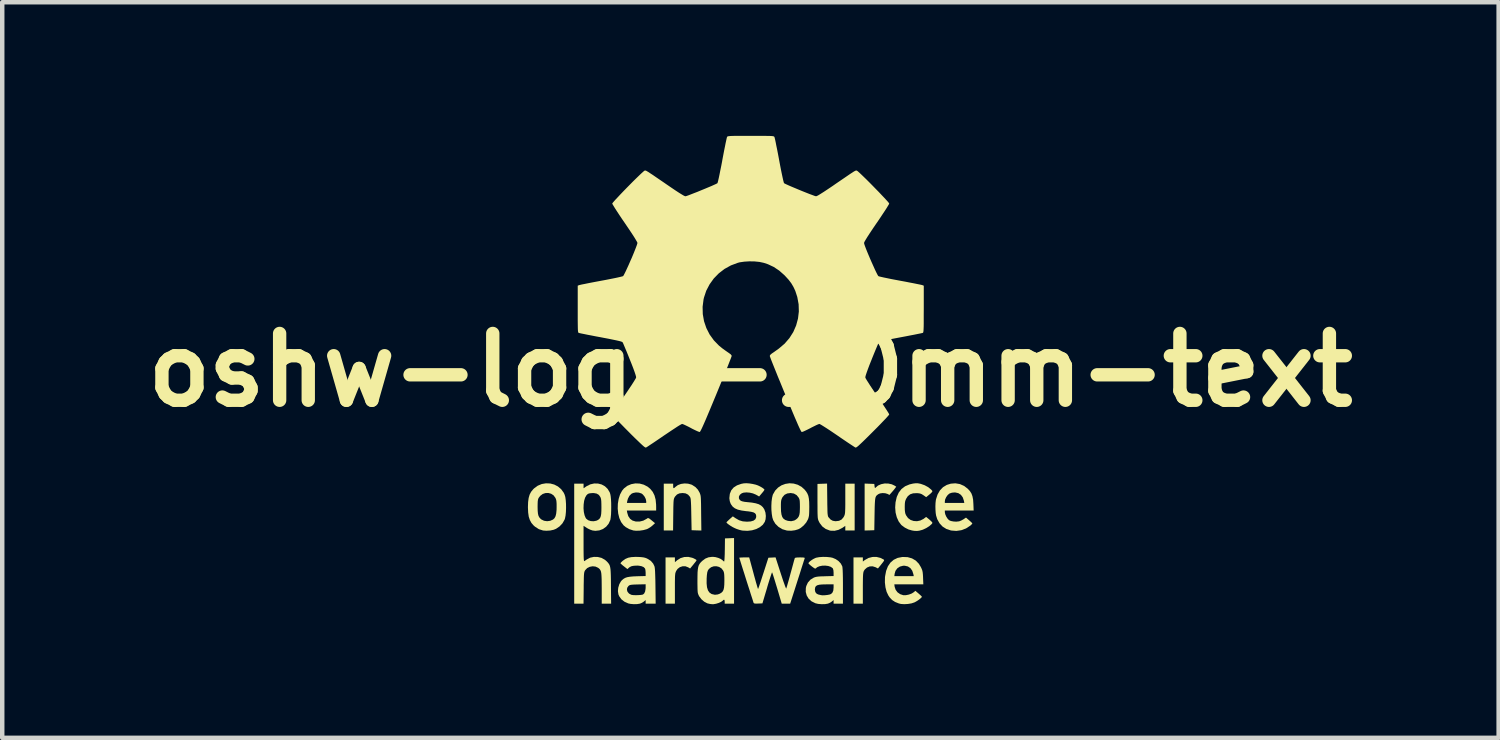
<source format=kicad_pcb>
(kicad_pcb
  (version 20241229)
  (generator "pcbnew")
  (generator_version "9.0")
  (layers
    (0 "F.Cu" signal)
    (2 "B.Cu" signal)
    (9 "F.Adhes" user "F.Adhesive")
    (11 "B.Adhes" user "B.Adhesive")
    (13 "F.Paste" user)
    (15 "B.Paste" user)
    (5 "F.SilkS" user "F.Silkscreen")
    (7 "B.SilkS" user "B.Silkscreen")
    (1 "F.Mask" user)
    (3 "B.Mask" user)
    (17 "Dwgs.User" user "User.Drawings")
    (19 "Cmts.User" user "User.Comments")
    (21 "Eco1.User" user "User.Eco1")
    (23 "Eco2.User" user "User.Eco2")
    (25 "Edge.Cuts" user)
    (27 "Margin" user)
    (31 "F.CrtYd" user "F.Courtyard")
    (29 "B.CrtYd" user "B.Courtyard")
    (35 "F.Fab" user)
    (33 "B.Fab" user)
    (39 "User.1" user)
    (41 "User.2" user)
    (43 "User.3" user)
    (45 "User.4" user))
  (footprint "oshw-logo-10mm-text"
    (layer "F.Cu")
    (at 13.8 5.259)
    (property "Reference" "oshw-logo-10mm-text" (at 0 0 0) (layer "F.SilkS") (effects (font (size 1.5 1.5) (thickness 0.3))))
    (attr board_only exclude_from_pos_files exclude_from_bom)
    (fp_poly (pts (xy 2.92 4.218) (xy 2.996 4.257) (xy 3.002 4.268) (xy 2.996 4.286) (xy 2.976 4.315) (xy 2.94 4.36) (xy 2.939 4.362) (xy 2.863 4.455) (xy 2.811 4.428) (xy 2.745 4.407) (xy 2.679 4.409) (xy 2.618 4.434) (xy 2.568 4.478) (xy 2.547 4.51) (xy 2.54 4.527) (xy 2.535 4.548) (xy 2.531 4.576) (xy 2.528 4.615) (xy 2.526 4.669) (xy 2.525 4.74) (xy 2.524 4.832) (xy 2.524 4.901) (xy 2.524 5.246) (xy 2.419 5.246) (xy 2.314 5.246) (xy 2.314 4.726) (xy 2.314 4.207) (xy 2.419 4.207) (xy 2.524 4.207) (xy 2.524 4.254) (xy 2.524 4.3) (xy 2.57 4.265) (xy 2.65 4.22) (xy 2.739 4.197) (xy 2.831 4.196)) (stroke (width 0) (type solid)) (fill yes) (layer "F.SilkS"))
    (fp_poly (pts (xy -1.307 4.215) (xy -1.279 4.226) (xy -1.241 4.245) (xy -1.216 4.261) (xy -1.21 4.269) (xy -1.217 4.284) (xy -1.238 4.313) (xy -1.269 4.351) (xy -1.282 4.368) (xy -1.355 4.456) (xy -1.397 4.43) (xy -1.459 4.406) (xy -1.524 4.406) (xy -1.585 4.426) (xy -1.637 4.466) (xy -1.666 4.509) (xy -1.675 4.528) (xy -1.682 4.547) (xy -1.688 4.57) (xy -1.691 4.6) (xy -1.694 4.64) (xy -1.695 4.695) (xy -1.696 4.768) (xy -1.696 4.862) (xy -1.696 4.907) (xy -1.696 5.246) (xy -1.801 5.246) (xy -1.906 5.246) (xy -1.906 4.726) (xy -1.906 4.207) (xy -1.801 4.207) (xy -1.696 4.207) (xy -1.696 4.261) (xy -1.696 4.314) (xy -1.643 4.269) (xy -1.57 4.223) (xy -1.485 4.198) (xy -1.396 4.195)) (stroke (width 0) (type solid)) (fill yes) (layer "F.SilkS"))
    (fp_poly (pts (xy 3.094 2.548) (xy 3.173 2.565) (xy 3.231 2.592) (xy 3.274 2.619) (xy 3.248 2.654) (xy 3.225 2.684) (xy 3.193 2.722) (xy 3.172 2.746) (xy 3.121 2.804) (xy 3.08 2.782) (xy 3.027 2.766) (xy 2.967 2.762) (xy 2.91 2.77) (xy 2.875 2.785) (xy 2.852 2.801) (xy 2.834 2.816) (xy 2.82 2.834) (xy 2.809 2.859) (xy 2.802 2.892) (xy 2.797 2.937) (xy 2.793 2.998) (xy 2.79 3.077) (xy 2.788 3.179) (xy 2.787 3.234) (xy 2.781 3.596) (xy 2.672 3.6) (xy 2.564 3.603) (xy 2.564 3.076) (xy 2.564 2.549) (xy 2.672 2.553) (xy 2.781 2.557) (xy 2.787 2.609) (xy 2.792 2.64) (xy 2.799 2.649) (xy 2.81 2.64) (xy 2.812 2.638) (xy 2.865 2.593) (xy 2.934 2.563) (xy 3.012 2.547)) (stroke (width 0) (type solid)) (fill yes) (layer "F.SilkS"))
    (fp_poly (pts (xy 1.725 2.911) (xy 1.726 3.018) (xy 1.728 3.102) (xy 1.729 3.166) (xy 1.731 3.214) (xy 1.735 3.248) (xy 1.739 3.272) (xy 1.744 3.289) (xy 1.751 3.302) (xy 1.756 3.308) (xy 1.8 3.357) (xy 1.848 3.384) (xy 1.907 3.394) (xy 1.917 3.394) (xy 1.99 3.385) (xy 2.047 3.356) (xy 2.09 3.305) (xy 2.1 3.287) (xy 2.109 3.268) (xy 2.116 3.249) (xy 2.121 3.226) (xy 2.125 3.197) (xy 2.127 3.156) (xy 2.129 3.101) (xy 2.13 3.029) (xy 2.13 2.935) (xy 2.13 2.89) (xy 2.13 2.551) (xy 2.235 2.551) (xy 2.34 2.551) (xy 2.34 3.076) (xy 2.34 3.602) (xy 2.235 3.602) (xy 2.13 3.602) (xy 2.13 3.551) (xy 2.13 3.499) (xy 2.065 3.543) (xy 1.978 3.588) (xy 1.889 3.609) (xy 1.802 3.607) (xy 1.781 3.603) (xy 1.69 3.568) (xy 1.614 3.512) (xy 1.555 3.435) (xy 1.536 3.398) (xy 1.527 3.379) (xy 1.52 3.359) (xy 1.515 3.337) (xy 1.511 3.309) (xy 1.509 3.271) (xy 1.507 3.22) (xy 1.506 3.153) (xy 1.506 3.067) (xy 1.505 2.958) (xy 1.505 2.945) (xy 1.505 2.557) (xy 1.613 2.553) (xy 1.721 2.549)) (stroke (width 0) (type solid)) (fill yes) (layer "F.SilkS"))
    (fp_poly (pts (xy -1.4 2.551) (xy -1.325 2.572) (xy -1.308 2.58) (xy -1.235 2.627) (xy -1.18 2.686) (xy -1.141 2.754) (xy -1.133 2.774) (xy -1.126 2.794) (xy -1.12 2.817) (xy -1.116 2.846) (xy -1.113 2.886) (xy -1.111 2.938) (xy -1.109 3.007) (xy -1.108 3.095) (xy -1.107 3.206) (xy -1.107 3.212) (xy -1.102 3.603) (xy -1.212 3.6) (xy -1.321 3.596) (xy -1.328 3.241) (xy -1.33 3.133) (xy -1.332 3.049) (xy -1.335 2.984) (xy -1.338 2.936) (xy -1.341 2.901) (xy -1.346 2.876) (xy -1.352 2.858) (xy -1.359 2.845) (xy -1.401 2.797) (xy -1.456 2.769) (xy -1.524 2.761) (xy -1.595 2.769) (xy -1.649 2.794) (xy -1.692 2.84) (xy -1.698 2.849) (xy -1.707 2.865) (xy -1.714 2.881) (xy -1.72 2.901) (xy -1.724 2.928) (xy -1.727 2.965) (xy -1.729 3.016) (xy -1.731 3.085) (xy -1.732 3.174) (xy -1.733 3.251) (xy -1.737 3.602) (xy -1.842 3.602) (xy -1.946 3.602) (xy -1.946 3.076) (xy -1.946 2.551) (xy -1.841 2.551) (xy -1.735 2.551) (xy -1.735 2.603) (xy -1.733 2.641) (xy -1.723 2.653) (xy -1.703 2.642) (xy -1.683 2.623) (xy -1.629 2.583) (xy -1.559 2.557) (xy -1.48 2.546)) (stroke (width 0) (type solid)) (fill yes) (layer "F.SilkS"))
    (fp_poly (pts (xy -2.487 2.549) (xy -2.394 2.574) (xy -2.308 2.619) (xy -2.25 2.667) (xy -2.194 2.735) (xy -2.154 2.815) (xy -2.129 2.909) (xy -2.118 3.022) (xy -2.117 3.073) (xy -2.117 3.155) (xy -2.446 3.155) (xy -2.775 3.155) (xy -2.766 3.205) (xy -2.743 3.28) (xy -2.702 3.34) (xy -2.649 3.379) (xy -2.572 3.402) (xy -2.489 3.402) (xy -2.405 3.381) (xy -2.326 3.338) (xy -2.32 3.333) (xy -2.305 3.324) (xy -2.289 3.325) (xy -2.268 3.336) (xy -2.235 3.362) (xy -2.218 3.376) (xy -2.142 3.438) (xy -2.202 3.493) (xy -2.248 3.529) (xy -2.301 3.561) (xy -2.331 3.574) (xy -2.405 3.594) (xy -2.488 3.606) (xy -2.569 3.608) (xy -2.628 3.602) (xy -2.718 3.573) (xy -2.8 3.527) (xy -2.849 3.486) (xy -2.904 3.413) (xy -2.944 3.323) (xy -2.969 3.221) (xy -2.98 3.112) (xy -2.977 3.002) (xy -2.974 2.984) (xy -2.773 2.984) (xy -2.557 2.984) (xy -2.34 2.984) (xy -2.34 2.947) (xy -2.35 2.896) (xy -2.377 2.842) (xy -2.414 2.796) (xy -2.445 2.772) (xy -2.506 2.752) (xy -2.573 2.748) (xy -2.636 2.761) (xy -2.67 2.777) (xy -2.717 2.823) (xy -2.751 2.888) (xy -2.766 2.942) (xy -2.773 2.984) (xy -2.974 2.984) (xy -2.959 2.894) (xy -2.928 2.795) (xy -2.882 2.709) (xy -2.839 2.657) (xy -2.763 2.599) (xy -2.676 2.562) (xy -2.583 2.545)) (stroke (width 0) (type solid)) (fill yes) (layer "F.SilkS"))
    (fp_poly (pts (xy 3.53 4.201) (xy 3.628 4.229) (xy 3.712 4.278) (xy 3.781 4.349) (xy 3.827 4.425) (xy 3.846 4.466) (xy 3.859 4.501) (xy 3.867 4.539) (xy 3.872 4.586) (xy 3.876 4.651) (xy 3.876 4.662) (xy 3.882 4.812) (xy 3.556 4.812) (xy 3.231 4.812) (xy 3.238 4.867) (xy 3.26 4.933) (xy 3.302 4.99) (xy 3.362 5.032) (xy 3.431 5.055) (xy 3.49 5.055) (xy 3.556 5.042) (xy 3.62 5.018) (xy 3.665 4.99) (xy 3.704 4.957) (xy 3.775 5.018) (xy 3.81 5.049) (xy 3.837 5.074) (xy 3.849 5.087) (xy 3.849 5.088) (xy 3.843 5.104) (xy 3.818 5.128) (xy 3.782 5.157) (xy 3.739 5.186) (xy 3.695 5.211) (xy 3.682 5.217) (xy 3.616 5.239) (xy 3.537 5.252) (xy 3.455 5.257) (xy 3.379 5.252) (xy 3.333 5.241) (xy 3.248 5.207) (xy 3.182 5.164) (xy 3.128 5.107) (xy 3.097 5.062) (xy 3.058 4.98) (xy 3.032 4.88) (xy 3.019 4.769) (xy 3.021 4.652) (xy 3.024 4.629) (xy 3.024 4.628) (xy 3.231 4.628) (xy 3.449 4.628) (xy 3.667 4.628) (xy 3.659 4.585) (xy 3.634 4.507) (xy 3.592 4.448) (xy 3.536 4.41) (xy 3.467 4.394) (xy 3.428 4.394) (xy 3.356 4.413) (xy 3.298 4.452) (xy 3.257 4.508) (xy 3.238 4.573) (xy 3.231 4.628) (xy 3.024 4.628) (xy 3.047 4.509) (xy 3.087 4.406) (xy 3.144 4.323) (xy 3.217 4.26) (xy 3.305 4.218) (xy 3.407 4.198) (xy 3.42 4.197)) (stroke (width 0) (type solid)) (fill yes) (layer "F.SilkS"))
    (fp_poly (pts (xy 3.755 2.542) (xy 3.805 2.551) (xy 3.826 2.556) (xy 3.911 2.586) (xy 3.992 2.63) (xy 4.056 2.682) (xy 4.062 2.688) (xy 4.082 2.711) (xy 4.085 2.726) (xy 4.072 2.745) (xy 4.068 2.749) (xy 4.042 2.775) (xy 4.006 2.805) (xy 3.994 2.815) (xy 3.946 2.854) (xy 3.885 2.811) (xy 3.845 2.786) (xy 3.808 2.772) (xy 3.76 2.765) (xy 3.737 2.764) (xy 3.652 2.768) (xy 3.586 2.79) (xy 3.533 2.833) (xy 3.498 2.887) (xy 3.482 2.922) (xy 3.472 2.957) (xy 3.467 3) (xy 3.465 3.058) (xy 3.465 3.076) (xy 3.466 3.141) (xy 3.471 3.188) (xy 3.479 3.225) (xy 3.494 3.26) (xy 3.496 3.263) (xy 3.538 3.323) (xy 3.597 3.366) (xy 3.665 3.389) (xy 3.74 3.394) (xy 3.816 3.378) (xy 3.887 3.342) (xy 3.897 3.334) (xy 3.945 3.298) (xy 3.994 3.337) (xy 4.029 3.367) (xy 4.06 3.396) (xy 4.068 3.404) (xy 4.085 3.425) (xy 4.083 3.44) (xy 4.068 3.459) (xy 4.016 3.505) (xy 3.948 3.548) (xy 3.874 3.583) (xy 3.849 3.591) (xy 3.789 3.607) (xy 3.736 3.613) (xy 3.678 3.61) (xy 3.628 3.602) (xy 3.548 3.579) (xy 3.467 3.538) (xy 3.398 3.487) (xy 3.384 3.474) (xy 3.328 3.399) (xy 3.286 3.306) (xy 3.259 3.2) (xy 3.25 3.085) (xy 3.258 2.97) (xy 3.285 2.851) (xy 3.33 2.751) (xy 3.392 2.671) (xy 3.472 2.61) (xy 3.571 2.568) (xy 3.651 2.549) (xy 3.708 2.542)) (stroke (width 0) (type solid)) (fill yes) (layer "F.SilkS"))
    (fp_poly (pts (xy 4.703 2.56) (xy 4.797 2.602) (xy 4.876 2.662) (xy 4.926 2.715) (xy 4.962 2.771) (xy 4.985 2.834) (xy 5 2.912) (xy 5.006 3.007) (xy 5.012 3.155) (xy 4.688 3.155) (xy 4.365 3.155) (xy 4.365 3.192) (xy 4.374 3.237) (xy 4.396 3.289) (xy 4.427 3.337) (xy 4.46 3.371) (xy 4.501 3.389) (xy 4.558 3.4) (xy 4.62 3.404) (xy 4.677 3.398) (xy 4.698 3.393) (xy 4.74 3.375) (xy 4.785 3.35) (xy 4.792 3.345) (xy 4.84 3.313) (xy 4.911 3.374) (xy 4.946 3.405) (xy 4.972 3.43) (xy 4.983 3.445) (xy 4.983 3.445) (xy 4.973 3.459) (xy 4.95 3.482) (xy 4.936 3.494) (xy 4.841 3.556) (xy 4.735 3.596) (xy 4.623 3.612) (xy 4.509 3.603) (xy 4.503 3.602) (xy 4.401 3.569) (xy 4.315 3.515) (xy 4.247 3.442) (xy 4.195 3.35) (xy 4.169 3.268) (xy 4.16 3.212) (xy 4.155 3.14) (xy 4.153 3.061) (xy 4.156 2.985) (xy 4.156 2.984) (xy 4.365 2.984) (xy 4.583 2.984) (xy 4.802 2.984) (xy 4.793 2.935) (xy 4.768 2.859) (xy 4.726 2.802) (xy 4.668 2.764) (xy 4.597 2.748) (xy 4.583 2.748) (xy 4.523 2.754) (xy 4.472 2.771) (xy 4.47 2.772) (xy 4.43 2.805) (xy 4.395 2.854) (xy 4.371 2.908) (xy 4.365 2.947) (xy 4.365 2.984) (xy 4.156 2.984) (xy 4.163 2.922) (xy 4.166 2.905) (xy 4.202 2.794) (xy 4.255 2.702) (xy 4.324 2.63) (xy 4.409 2.579) (xy 4.499 2.551) (xy 4.602 2.543)) (stroke (width 0) (type solid)) (fill yes) (layer "F.SilkS"))
    (fp_poly (pts (xy -4.496 2.547) (xy -4.405 2.571) (xy -4.322 2.614) (xy -4.25 2.675) (xy -4.192 2.755) (xy -4.173 2.796) (xy -4.157 2.849) (xy -4.147 2.922) (xy -4.141 3.006) (xy -4.14 3.097) (xy -4.143 3.185) (xy -4.151 3.266) (xy -4.164 3.331) (xy -4.173 3.358) (xy -4.22 3.441) (xy -4.286 3.511) (xy -4.364 3.564) (xy -4.417 3.586) (xy -4.496 3.603) (xy -4.581 3.608) (xy -4.655 3.603) (xy -4.75 3.573) (xy -4.836 3.518) (xy -4.869 3.489) (xy -4.918 3.432) (xy -4.953 3.367) (xy -4.978 3.291) (xy -4.991 3.198) (xy -4.996 3.085) (xy -4.996 3.076) (xy -4.779 3.076) (xy -4.777 3.161) (xy -4.771 3.225) (xy -4.759 3.273) (xy -4.74 3.309) (xy -4.712 3.34) (xy -4.692 3.356) (xy -4.634 3.384) (xy -4.565 3.394) (xy -4.496 3.385) (xy -4.433 3.357) (xy -4.433 3.357) (xy -4.4 3.327) (xy -4.376 3.282) (xy -4.361 3.22) (xy -4.353 3.137) (xy -4.352 3.076) (xy -4.352 3.007) (xy -4.355 2.958) (xy -4.36 2.922) (xy -4.369 2.892) (xy -4.381 2.867) (xy -4.422 2.812) (xy -4.476 2.777) (xy -4.538 2.76) (xy -4.603 2.762) (xy -4.665 2.783) (xy -4.719 2.824) (xy -4.752 2.866) (xy -4.764 2.889) (xy -4.771 2.915) (xy -4.776 2.95) (xy -4.778 2.999) (xy -4.779 3.069) (xy -4.779 3.076) (xy -4.996 3.076) (xy -4.992 2.964) (xy -4.98 2.873) (xy -4.958 2.797) (xy -4.925 2.734) (xy -4.878 2.677) (xy -4.859 2.658) (xy -4.776 2.597) (xy -4.685 2.559) (xy -4.591 2.543)) (stroke (width 0) (type solid)) (fill yes) (layer "F.SilkS"))
    (fp_poly (pts (xy 0.971 2.549) (xy 1.062 2.575) (xy 1.147 2.622) (xy 1.215 2.683) (xy 1.252 2.729) (xy 1.28 2.775) (xy 1.3 2.825) (xy 1.312 2.885) (xy 1.319 2.96) (xy 1.321 3.055) (xy 1.321 3.083) (xy 1.32 3.163) (xy 1.318 3.222) (xy 1.315 3.266) (xy 1.308 3.301) (xy 1.299 3.333) (xy 1.291 3.354) (xy 1.252 3.424) (xy 1.195 3.49) (xy 1.129 3.545) (xy 1.074 3.575) (xy 1.001 3.597) (xy 0.917 3.608) (xy 0.833 3.605) (xy 0.812 3.602) (xy 0.715 3.573) (xy 0.63 3.521) (xy 0.559 3.451) (xy 0.511 3.37) (xy 0.492 3.31) (xy 0.479 3.231) (xy 0.471 3.141) (xy 0.47 3.076) (xy 0.684 3.076) (xy 0.687 3.172) (xy 0.697 3.245) (xy 0.715 3.3) (xy 0.743 3.339) (xy 0.784 3.367) (xy 0.838 3.385) (xy 0.838 3.386) (xy 0.915 3.394) (xy 0.985 3.378) (xy 1.024 3.355) (xy 1.058 3.326) (xy 1.082 3.293) (xy 1.098 3.252) (xy 1.107 3.198) (xy 1.11 3.125) (xy 1.111 3.076) (xy 1.11 3.005) (xy 1.108 2.954) (xy 1.104 2.918) (xy 1.096 2.891) (xy 1.085 2.868) (xy 1.084 2.866) (xy 1.037 2.808) (xy 0.976 2.773) (xy 0.903 2.761) (xy 0.902 2.761) (xy 0.826 2.771) (xy 0.766 2.801) (xy 0.722 2.851) (xy 0.713 2.867) (xy 0.7 2.896) (xy 0.691 2.925) (xy 0.686 2.963) (xy 0.684 3.014) (xy 0.684 3.076) (xy 0.47 3.076) (xy 0.47 3.046) (xy 0.474 2.954) (xy 0.485 2.871) (xy 0.501 2.804) (xy 0.506 2.792) (xy 0.555 2.707) (xy 0.62 2.639) (xy 0.698 2.588) (xy 0.785 2.556) (xy 0.877 2.542)) (stroke (width 0) (type solid)) (fill yes) (layer "F.SilkS"))
    (fp_poly (pts (xy -0.368 4.509) (xy -0.368 5.246) (xy -0.473 5.246) (xy -0.578 5.246) (xy -0.578 5.2) (xy -0.582 5.165) (xy -0.594 5.155) (xy -0.615 5.17) (xy -0.624 5.18) (xy -0.659 5.205) (xy -0.71 5.228) (xy -0.77 5.247) (xy -0.828 5.257) (xy -0.852 5.258) (xy -0.904 5.253) (xy -0.956 5.241) (xy -0.968 5.238) (xy -1.038 5.201) (xy -1.101 5.146) (xy -1.151 5.08) (xy -1.159 5.065) (xy -1.169 5.042) (xy -1.177 5.02) (xy -1.183 4.995) (xy -1.186 4.961) (xy -1.188 4.916) (xy -1.189 4.854) (xy -1.19 4.79) (xy -0.984 4.79) (xy -0.975 4.878) (xy -0.954 4.946) (xy -0.922 4.994) (xy -0.878 5.025) (xy -0.865 5.031) (xy -0.797 5.046) (xy -0.732 5.038) (xy -0.689 5.022) (xy -0.651 4.999) (xy -0.624 4.972) (xy -0.605 4.936) (xy -0.593 4.886) (xy -0.587 4.819) (xy -0.585 4.73) (xy -0.585 4.726) (xy -0.586 4.653) (xy -0.588 4.6) (xy -0.592 4.562) (xy -0.599 4.532) (xy -0.61 4.507) (xy -0.612 4.503) (xy -0.651 4.453) (xy -0.704 4.42) (xy -0.764 4.405) (xy -0.826 4.407) (xy -0.884 4.428) (xy -0.932 4.466) (xy -0.955 4.499) (xy -0.969 4.54) (xy -0.978 4.603) (xy -0.983 4.678) (xy -0.984 4.79) (xy -1.19 4.79) (xy -1.19 4.771) (xy -1.19 4.733) (xy -1.189 4.625) (xy -1.187 4.54) (xy -1.181 4.474) (xy -1.172 4.422) (xy -1.158 4.38) (xy -1.138 4.346) (xy -1.112 4.314) (xy -1.078 4.282) (xy -1.012 4.233) (xy -0.942 4.205) (xy -0.86 4.194) (xy -0.84 4.194) (xy -0.782 4.201) (xy -0.721 4.218) (xy -0.666 4.242) (xy -0.626 4.271) (xy -0.62 4.277) (xy -0.6 4.295) (xy -0.59 4.299) (xy -0.587 4.287) (xy -0.583 4.252) (xy -0.58 4.199) (xy -0.577 4.131) (xy -0.576 4.053) (xy -0.575 4.039) (xy -0.572 3.78) (xy -0.47 3.776) (xy -0.368 3.772)) (stroke (width 0) (type solid)) (fill yes) (layer "F.SilkS"))
    (fp_poly (pts (xy -0.023 2.546) (xy 0.052 2.558) (xy 0.121 2.574) (xy 0.169 2.591) (xy 0.219 2.615) (xy 0.264 2.641) (xy 0.297 2.665) (xy 0.314 2.683) (xy 0.315 2.686) (xy 0.308 2.701) (xy 0.287 2.73) (xy 0.257 2.766) (xy 0.255 2.768) (xy 0.195 2.839) (xy 0.122 2.797) (xy 0.057 2.77) (xy -0.016 2.753) (xy -0.09 2.747) (xy -0.155 2.753) (xy -0.195 2.767) (xy -0.236 2.799) (xy -0.258 2.838) (xy -0.259 2.88) (xy -0.239 2.917) (xy -0.211 2.938) (xy -0.179 2.949) (xy -0.131 2.959) (xy -0.077 2.965) (xy -0.077 2.965) (xy 0.033 2.976) (xy 0.119 2.992) (xy 0.187 3.013) (xy 0.239 3.042) (xy 0.279 3.079) (xy 0.311 3.127) (xy 0.313 3.132) (xy 0.337 3.2) (xy 0.346 3.276) (xy 0.34 3.351) (xy 0.322 3.409) (xy 0.278 3.474) (xy 0.212 3.528) (xy 0.131 3.57) (xy 0.037 3.598) (xy -0.065 3.61) (xy -0.171 3.605) (xy -0.197 3.601) (xy -0.249 3.588) (xy -0.309 3.568) (xy -0.353 3.549) (xy -0.401 3.525) (xy -0.449 3.496) (xy -0.492 3.466) (xy -0.523 3.441) (xy -0.538 3.423) (xy -0.539 3.42) (xy -0.53 3.408) (xy -0.505 3.384) (xy -0.471 3.352) (xy -0.467 3.348) (xy -0.395 3.285) (xy -0.336 3.326) (xy -0.255 3.372) (xy -0.174 3.397) (xy -0.08 3.405) (xy -0.077 3.405) (xy 0.008 3.399) (xy 0.071 3.38) (xy 0.111 3.349) (xy 0.129 3.304) (xy 0.129 3.271) (xy 0.121 3.239) (xy 0.102 3.215) (xy 0.069 3.196) (xy 0.018 3.183) (xy -0.054 3.172) (xy -0.092 3.169) (xy -0.199 3.154) (xy -0.283 3.134) (xy -0.349 3.105) (xy -0.399 3.066) (xy -0.436 3.015) (xy -0.448 2.991) (xy -0.464 2.944) (xy -0.472 2.89) (xy -0.473 2.874) (xy -0.463 2.78) (xy -0.431 2.701) (xy -0.377 2.637) (xy -0.302 2.589) (xy -0.206 2.555) (xy -0.149 2.544) (xy -0.094 2.541)) (stroke (width 0) (type solid)) (fill yes) (layer "F.SilkS"))
    (fp_poly (pts (xy -2.524 4.196) (xy -2.455 4.2) (xy -2.405 4.206) (xy -2.365 4.215) (xy -2.328 4.229) (xy -2.309 4.239) (xy -2.236 4.285) (xy -2.184 4.346) (xy -2.156 4.404) (xy -2.15 4.429) (xy -2.145 4.47) (xy -2.141 4.53) (xy -2.138 4.611) (xy -2.135 4.714) (xy -2.133 4.842) (xy -2.133 4.848) (xy -2.128 5.246) (xy -2.24 5.246) (xy -2.353 5.246) (xy -2.353 5.205) (xy -2.353 5.164) (xy -2.393 5.198) (xy -2.434 5.225) (xy -2.479 5.244) (xy -2.482 5.245) (xy -2.543 5.255) (xy -2.617 5.257) (xy -2.69 5.251) (xy -2.743 5.24) (xy -2.828 5.202) (xy -2.897 5.148) (xy -2.946 5.08) (xy -2.964 5.038) (xy -2.975 4.966) (xy -2.973 4.937) (xy -2.773 4.937) (xy -2.759 4.981) (xy -2.726 5.019) (xy -2.678 5.045) (xy -2.662 5.049) (xy -2.621 5.054) (xy -2.567 5.055) (xy -2.509 5.053) (xy -2.457 5.049) (xy -2.419 5.042) (xy -2.413 5.04) (xy -2.386 5.017) (xy -2.365 4.973) (xy -2.355 4.914) (xy -2.353 4.884) (xy -2.353 4.81) (xy -2.53 4.814) (xy -2.602 4.816) (xy -2.652 4.819) (xy -2.686 4.823) (xy -2.709 4.829) (xy -2.726 4.838) (xy -2.74 4.85) (xy -2.768 4.891) (xy -2.773 4.937) (xy -2.973 4.937) (xy -2.968 4.887) (xy -2.945 4.81) (xy -2.908 4.744) (xy -2.884 4.717) (xy -2.849 4.688) (xy -2.811 4.666) (xy -2.767 4.651) (xy -2.71 4.641) (xy -2.637 4.634) (xy -2.547 4.63) (xy -2.353 4.625) (xy -2.353 4.553) (xy -2.356 4.507) (xy -2.362 4.469) (xy -2.368 4.455) (xy -2.397 4.425) (xy -2.446 4.404) (xy -2.51 4.392) (xy -2.542 4.391) (xy -2.615 4.394) (xy -2.669 4.404) (xy -2.709 4.423) (xy -2.728 4.438) (xy -2.762 4.469) (xy -2.84 4.408) (xy -2.878 4.378) (xy -2.906 4.353) (xy -2.918 4.339) (xy -2.919 4.337) (xy -2.909 4.324) (xy -2.886 4.3) (xy -2.863 4.28) (xy -2.808 4.241) (xy -2.745 4.214) (xy -2.671 4.2) (xy -2.579 4.195)) (stroke (width 0) (type solid)) (fill yes) (layer "F.SilkS"))
    (fp_poly (pts (xy 1.719 4.197) (xy 1.802 4.206) (xy 1.846 4.216) (xy 1.916 4.246) (xy 1.979 4.29) (xy 2.029 4.344) (xy 2.06 4.403) (xy 2.063 4.411) (xy 2.067 4.441) (xy 2.071 4.495) (xy 2.074 4.572) (xy 2.076 4.668) (xy 2.077 4.781) (xy 2.077 4.855) (xy 2.077 5.246) (xy 1.972 5.246) (xy 1.867 5.246) (xy 1.867 5.205) (xy 1.867 5.164) (xy 1.827 5.198) (xy 1.786 5.225) (xy 1.741 5.244) (xy 1.738 5.245) (xy 1.674 5.256) (xy 1.597 5.257) (xy 1.521 5.251) (xy 1.457 5.236) (xy 1.456 5.235) (xy 1.372 5.193) (xy 1.308 5.135) (xy 1.264 5.063) (xy 1.242 4.982) (xy 1.243 4.933) (xy 1.447 4.933) (xy 1.457 4.985) (xy 1.488 5.023) (xy 1.528 5.041) (xy 1.565 5.049) (xy 1.584 5.054) (xy 1.623 5.058) (xy 1.674 5.056) (xy 1.728 5.05) (xy 1.776 5.041) (xy 1.808 5.029) (xy 1.81 5.028) (xy 1.842 4.996) (xy 1.861 4.949) (xy 1.867 4.882) (xy 1.867 4.877) (xy 1.867 4.812) (xy 1.702 4.812) (xy 1.612 4.814) (xy 1.546 4.82) (xy 1.499 4.833) (xy 1.469 4.853) (xy 1.453 4.883) (xy 1.447 4.923) (xy 1.447 4.933) (xy 1.243 4.933) (xy 1.244 4.893) (xy 1.254 4.849) (xy 1.29 4.771) (xy 1.347 4.707) (xy 1.42 4.662) (xy 1.448 4.651) (xy 1.48 4.643) (xy 1.521 4.637) (xy 1.576 4.633) (xy 1.651 4.631) (xy 1.673 4.63) (xy 1.867 4.625) (xy 1.867 4.549) (xy 1.863 4.493) (xy 1.851 4.456) (xy 1.844 4.447) (xy 1.803 4.418) (xy 1.746 4.399) (xy 1.68 4.391) (xy 1.611 4.393) (xy 1.548 4.406) (xy 1.497 4.428) (xy 1.474 4.448) (xy 1.463 4.457) (xy 1.449 4.457) (xy 1.427 4.445) (xy 1.391 4.419) (xy 1.379 4.41) (xy 1.342 4.38) (xy 1.314 4.355) (xy 1.302 4.34) (xy 1.302 4.339) (xy 1.312 4.319) (xy 1.34 4.292) (xy 1.379 4.263) (xy 1.423 4.237) (xy 1.464 4.218) (xy 1.474 4.214) (xy 1.544 4.201) (xy 1.63 4.195)) (stroke (width 0) (type solid)) (fill yes) (layer "F.SilkS"))
    (fp_poly (pts (xy 0.679 4.561) (xy 0.709 4.652) (xy 0.736 4.734) (xy 0.761 4.803) (xy 0.78 4.857) (xy 0.795 4.893) (xy 0.802 4.907) (xy 0.803 4.907) (xy 0.808 4.892) (xy 0.82 4.855) (xy 0.836 4.8) (xy 0.856 4.73) (xy 0.879 4.648) (xy 0.9 4.569) (xy 0.925 4.479) (xy 0.947 4.398) (xy 0.966 4.328) (xy 0.981 4.273) (xy 0.992 4.237) (xy 0.996 4.223) (xy 1.01 4.214) (xy 1.048 4.209) (xy 1.109 4.207) (xy 1.114 4.207) (xy 1.171 4.208) (xy 1.204 4.211) (xy 1.219 4.218) (xy 1.219 4.223) (xy 1.214 4.241) (xy 1.201 4.279) (xy 1.184 4.333) (xy 1.162 4.401) (xy 1.138 4.476) (xy 1.138 4.477) (xy 1.109 4.569) (xy 1.074 4.677) (xy 1.038 4.79) (xy 1.003 4.9) (xy 0.978 4.979) (xy 0.892 5.246) (xy 0.797 5.246) (xy 0.703 5.246) (xy 0.599 4.896) (xy 0.571 4.805) (xy 0.546 4.723) (xy 0.524 4.652) (xy 0.506 4.596) (xy 0.493 4.558) (xy 0.486 4.542) (xy 0.486 4.542) (xy 0.48 4.553) (xy 0.468 4.586) (xy 0.451 4.637) (xy 0.429 4.705) (xy 0.404 4.785) (xy 0.377 4.875) (xy 0.374 4.888) (xy 0.269 5.239) (xy 0.174 5.243) (xy 0.119 5.244) (xy 0.086 5.24) (xy 0.073 5.231) (xy 0.072 5.23) (xy 0.065 5.209) (xy 0.052 5.167) (xy 0.033 5.108) (xy 0.009 5.035) (xy -0.017 4.951) (xy -0.047 4.859) (xy -0.078 4.762) (xy -0.109 4.664) (xy -0.139 4.568) (xy -0.168 4.478) (xy -0.194 4.395) (xy -0.216 4.325) (xy -0.233 4.269) (xy -0.245 4.231) (xy -0.25 4.215) (xy -0.25 4.214) (xy -0.238 4.211) (xy -0.205 4.209) (xy -0.159 4.207) (xy -0.139 4.207) (xy -0.028 4.207) (xy -0.016 4.25) (xy -0.009 4.274) (xy 0.003 4.32) (xy 0.02 4.383) (xy 0.041 4.459) (xy 0.064 4.544) (xy 0.08 4.605) (xy 0.104 4.691) (xy 0.125 4.768) (xy 0.144 4.832) (xy 0.158 4.881) (xy 0.168 4.91) (xy 0.171 4.917) (xy 0.176 4.905) (xy 0.189 4.871) (xy 0.207 4.818) (xy 0.23 4.75) (xy 0.256 4.669) (xy 0.285 4.579) (xy 0.29 4.565) (xy 0.403 4.214) (xy 0.483 4.21) (xy 0.564 4.206)) (stroke (width 0) (type solid)) (fill yes) (layer "F.SilkS"))
    (fp_poly (pts (xy -3.423 2.548) (xy -3.341 2.569) (xy -3.267 2.61) (xy -3.206 2.669) (xy -3.161 2.744) (xy -3.147 2.784) (xy -3.138 2.832) (xy -3.131 2.9) (xy -3.127 2.981) (xy -3.126 3.069) (xy -3.127 3.157) (xy -3.13 3.24) (xy -3.137 3.31) (xy -3.145 3.362) (xy -3.147 3.369) (xy -3.184 3.45) (xy -3.24 3.518) (xy -3.311 3.569) (xy -3.392 3.6) (xy -3.481 3.61) (xy -3.546 3.602) (xy -3.593 3.586) (xy -3.646 3.561) (xy -3.678 3.542) (xy -3.747 3.497) (xy -3.747 3.899) (xy -3.747 4.016) (xy -3.746 4.109) (xy -3.745 4.18) (xy -3.743 4.232) (xy -3.74 4.266) (xy -3.737 4.285) (xy -3.732 4.291) (xy -3.73 4.291) (xy -3.709 4.277) (xy -3.679 4.256) (xy -3.675 4.253) (xy -3.599 4.213) (xy -3.515 4.195) (xy -3.427 4.197) (xy -3.343 4.218) (xy -3.268 4.26) (xy -3.236 4.287) (xy -3.209 4.314) (xy -3.188 4.339) (xy -3.171 4.364) (xy -3.158 4.393) (xy -3.149 4.428) (xy -3.142 4.474) (xy -3.138 4.533) (xy -3.135 4.608) (xy -3.133 4.702) (xy -3.132 4.82) (xy -3.132 4.841) (xy -3.128 5.246) (xy -3.234 5.246) (xy -3.339 5.246) (xy -3.339 4.901) (xy -3.34 4.786) (xy -3.341 4.695) (xy -3.344 4.624) (xy -3.348 4.57) (xy -3.355 4.529) (xy -3.366 4.499) (xy -3.38 4.476) (xy -3.398 4.457) (xy -3.42 4.44) (xy -3.478 4.413) (xy -3.543 4.406) (xy -3.608 4.418) (xy -3.666 4.447) (xy -3.71 4.493) (xy -3.711 4.495) (xy -3.72 4.51) (xy -3.727 4.527) (xy -3.732 4.547) (xy -3.736 4.575) (xy -3.739 4.614) (xy -3.741 4.668) (xy -3.742 4.739) (xy -3.744 4.832) (xy -3.744 4.894) (xy -3.748 5.246) (xy -3.853 5.246) (xy -3.957 5.246) (xy -3.957 3.898) (xy -3.957 3.103) (xy -3.748 3.103) (xy -3.741 3.187) (xy -3.724 3.262) (xy -3.699 3.321) (xy -3.686 3.339) (xy -3.643 3.372) (xy -3.585 3.391) (xy -3.521 3.395) (xy -3.459 3.383) (xy -3.423 3.366) (xy -3.394 3.344) (xy -3.374 3.317) (xy -3.36 3.281) (xy -3.351 3.231) (xy -3.347 3.164) (xy -3.346 3.083) (xy -3.347 3.005) (xy -3.349 2.947) (xy -3.353 2.906) (xy -3.36 2.876) (xy -3.37 2.851) (xy -3.404 2.803) (xy -3.452 2.774) (xy -3.516 2.762) (xy -3.563 2.763) (xy -3.611 2.768) (xy -3.641 2.777) (xy -3.664 2.793) (xy -3.683 2.813) (xy -3.713 2.866) (xy -3.734 2.936) (xy -3.745 3.017) (xy -3.748 3.103) (xy -3.957 3.103) (xy -3.957 2.551) (xy -3.852 2.551) (xy -3.747 2.551) (xy -3.747 2.602) (xy -3.747 2.654) (xy -3.682 2.61) (xy -3.597 2.567) (xy -3.51 2.547)) (stroke (width 0) (type solid)) (fill yes) (layer "F.SilkS"))
    (fp_poly (pts (xy 0.137 -5.259) (xy 0.244 -5.259) (xy 0.329 -5.258) (xy 0.395 -5.257) (xy 0.445 -5.256) (xy 0.482 -5.254) (xy 0.506 -5.251) (xy 0.522 -5.247) (xy 0.531 -5.242) (xy 0.537 -5.236) (xy 0.539 -5.233) (xy 0.544 -5.215) (xy 0.554 -5.174) (xy 0.567 -5.113) (xy 0.582 -5.035) (xy 0.601 -4.943) (xy 0.621 -4.84) (xy 0.642 -4.729) (xy 0.645 -4.711) (xy 0.666 -4.599) (xy 0.686 -4.496) (xy 0.705 -4.403) (xy 0.722 -4.324) (xy 0.736 -4.261) (xy 0.747 -4.218) (xy 0.754 -4.198) (xy 0.754 -4.197) (xy 0.772 -4.186) (xy 0.81 -4.168) (xy 0.865 -4.143) (xy 0.932 -4.114) (xy 1.009 -4.082) (xy 1.09 -4.048) (xy 1.173 -4.014) (xy 1.253 -3.982) (xy 1.326 -3.953) (xy 1.389 -3.93) (xy 1.437 -3.912) (xy 1.467 -3.903) (xy 1.473 -3.902) (xy 1.492 -3.908) (xy 1.527 -3.926) (xy 1.579 -3.958) (xy 1.65 -4.003) (xy 1.739 -4.062) (xy 1.849 -4.136) (xy 1.912 -4.18) (xy 2.022 -4.255) (xy 2.113 -4.317) (xy 2.186 -4.367) (xy 2.243 -4.406) (xy 2.288 -4.435) (xy 2.32 -4.456) (xy 2.344 -4.469) (xy 2.36 -4.477) (xy 2.372 -4.48) (xy 2.38 -4.48) (xy 2.387 -4.478) (xy 2.39 -4.477) (xy 2.407 -4.466) (xy 2.439 -4.438) (xy 2.484 -4.396) (xy 2.539 -4.343) (xy 2.602 -4.282) (xy 2.67 -4.214) (xy 2.741 -4.142) (xy 2.812 -4.069) (xy 2.882 -3.998) (xy 2.946 -3.93) (xy 3.004 -3.869) (xy 3.052 -3.817) (xy 3.089 -3.776) (xy 3.11 -3.749) (xy 3.116 -3.739) (xy 3.109 -3.722) (xy 3.088 -3.687) (xy 3.056 -3.634) (xy 3.013 -3.568) (xy 2.962 -3.491) (xy 2.905 -3.405) (xy 2.842 -3.312) (xy 2.833 -3.3) (xy 2.748 -3.175) (xy 2.678 -3.07) (xy 2.623 -2.985) (xy 2.584 -2.921) (xy 2.559 -2.877) (xy 2.551 -2.854) (xy 2.551 -2.854) (xy 2.556 -2.83) (xy 2.57 -2.788) (xy 2.592 -2.729) (xy 2.62 -2.659) (xy 2.653 -2.58) (xy 2.688 -2.497) (xy 2.725 -2.413) (xy 2.761 -2.333) (xy 2.794 -2.259) (xy 2.824 -2.196) (xy 2.849 -2.147) (xy 2.866 -2.117) (xy 2.873 -2.109) (xy 2.892 -2.102) (xy 2.934 -2.092) (xy 2.995 -2.078) (xy 3.073 -2.062) (xy 3.164 -2.043) (xy 3.265 -2.024) (xy 3.366 -2.005) (xy 3.475 -1.985) (xy 3.576 -1.965) (xy 3.666 -1.948) (xy 3.744 -1.932) (xy 3.804 -1.92) (xy 3.845 -1.911) (xy 3.862 -1.906) (xy 3.892 -1.894) (xy 3.892 -1.369) (xy 3.891 -1.237) (xy 3.891 -1.13) (xy 3.891 -1.043) (xy 3.89 -0.976) (xy 3.888 -0.925) (xy 3.886 -0.888) (xy 3.883 -0.863) (xy 3.88 -0.848) (xy 3.875 -0.839) (xy 3.869 -0.835) (xy 3.869 -0.834) (xy 3.851 -0.83) (xy 3.81 -0.821) (xy 3.75 -0.809) (xy 3.672 -0.793) (xy 3.582 -0.776) (xy 3.48 -0.756) (xy 3.373 -0.736) (xy 3.241 -0.711) (xy 3.134 -0.69) (xy 3.048 -0.672) (xy 2.983 -0.657) (xy 2.935 -0.645) (xy 2.904 -0.636) (xy 2.887 -0.628) (xy 2.884 -0.624) (xy 2.875 -0.607) (xy 2.858 -0.568) (xy 2.834 -0.511) (xy 2.804 -0.44) (xy 2.77 -0.357) (xy 2.733 -0.266) (xy 2.721 -0.235) (xy 2.672 -0.113) (xy 2.635 -0.014) (xy 2.607 0.064) (xy 2.589 0.119) (xy 2.58 0.155) (xy 2.58 0.168) (xy 2.588 0.187) (xy 2.61 0.225) (xy 2.644 0.278) (xy 2.687 0.346) (xy 2.739 0.424) (xy 2.796 0.509) (xy 2.851 0.589) (xy 2.912 0.679) (xy 2.969 0.762) (xy 3.018 0.837) (xy 3.06 0.901) (xy 3.091 0.95) (xy 3.11 0.983) (xy 3.116 0.997) (xy 3.107 1.011) (xy 3.081 1.041) (xy 3.041 1.086) (xy 2.987 1.142) (xy 2.923 1.209) (xy 2.851 1.283) (xy 2.771 1.363) (xy 2.75 1.384) (xy 2.655 1.479) (xy 2.576 1.557) (xy 2.513 1.618) (xy 2.463 1.665) (xy 2.425 1.7) (xy 2.397 1.723) (xy 2.377 1.736) (xy 2.364 1.741) (xy 2.359 1.74) (xy 2.342 1.731) (xy 2.307 1.708) (xy 2.255 1.674) (xy 2.19 1.631) (xy 2.113 1.579) (xy 2.029 1.522) (xy 1.954 1.47) (xy 1.864 1.409) (xy 1.781 1.353) (xy 1.706 1.304) (xy 1.643 1.264) (xy 1.593 1.233) (xy 1.561 1.215) (xy 1.548 1.21) (xy 1.528 1.216) (xy 1.489 1.232) (xy 1.438 1.257) (xy 1.377 1.287) (xy 1.35 1.302) (xy 1.287 1.334) (xy 1.231 1.361) (xy 1.187 1.381) (xy 1.159 1.39) (xy 1.152 1.391) (xy 1.145 1.385) (xy 1.134 1.367) (xy 1.118 1.337) (xy 1.097 1.293) (xy 1.07 1.234) (xy 1.037 1.157) (xy 0.996 1.063) (xy 0.948 0.949) (xy 0.892 0.814) (xy 0.826 0.657) (xy 0.781 0.548) (xy 0.723 0.407) (xy 0.668 0.272) (xy 0.616 0.147) (xy 0.57 0.032) (xy 0.529 -0.07) (xy 0.494 -0.157) (xy 0.466 -0.228) (xy 0.447 -0.279) (xy 0.436 -0.31) (xy 0.434 -0.317) (xy 0.445 -0.341) (xy 0.477 -0.369) (xy 0.49 -0.378) (xy 0.527 -0.403) (xy 0.576 -0.438) (xy 0.628 -0.475) (xy 0.64 -0.484) (xy 0.768 -0.593) (xy 0.875 -0.717) (xy 0.962 -0.854) (xy 1.026 -1.001) (xy 1.068 -1.156) (xy 1.087 -1.315) (xy 1.082 -1.477) (xy 1.052 -1.64) (xy 1.007 -1.778) (xy 0.965 -1.868) (xy 0.917 -1.949) (xy 0.857 -2.028) (xy 0.779 -2.113) (xy 0.763 -2.13) (xy 0.646 -2.233) (xy 0.525 -2.314) (xy 0.393 -2.376) (xy 0.296 -2.408) (xy 0.202 -2.428) (xy 0.092 -2.439) (xy -0.024 -2.441) (xy -0.138 -2.434) (xy -0.241 -2.419) (xy -0.283 -2.408) (xy -0.438 -2.35) (xy -0.581 -2.271) (xy -0.71 -2.172) (xy -0.823 -2.056) (xy -0.917 -1.925) (xy -0.992 -1.782) (xy -1.043 -1.628) (xy -1.053 -1.585) (xy -1.074 -1.42) (xy -1.07 -1.256) (xy -1.042 -1.096) (xy -0.99 -0.943) (xy -0.916 -0.798) (xy -0.82 -0.665) (xy -0.705 -0.547) (xy -0.627 -0.484) (xy -0.576 -0.447) (xy -0.525 -0.411) (xy -0.484 -0.383) (xy -0.477 -0.378) (xy -0.44 -0.35) (xy -0.422 -0.324) (xy -0.421 -0.317) (xy -0.426 -0.301) (xy -0.44 -0.262) (xy -0.463 -0.204) (xy -0.493 -0.127) (xy -0.53 -0.034) (xy -0.573 0.073) (xy -0.622 0.192) (xy -0.675 0.321) (xy -0.731 0.458) (xy -0.768 0.548) (xy -0.839 0.719) (xy -0.901 0.868) (xy -0.954 0.994) (xy -0.999 1.101) (xy -1.037 1.188) (xy -1.068 1.258) (xy -1.093 1.312) (xy -1.112 1.35) (xy -1.126 1.375) (xy -1.135 1.388) (xy -1.139 1.391) (xy -1.159 1.386) (xy -1.197 1.371) (xy -1.248 1.347) (xy -1.309 1.317) (xy -1.336 1.302) (xy -1.399 1.269) (xy -1.455 1.242) (xy -1.5 1.221) (xy -1.529 1.211) (xy -1.535 1.21) (xy -1.551 1.217) (xy -1.587 1.237) (xy -1.639 1.269) (xy -1.704 1.312) (xy -1.78 1.362) (xy -1.865 1.419) (xy -1.941 1.47) (xy -2.03 1.531) (xy -2.114 1.588) (xy -2.188 1.638) (xy -2.252 1.68) (xy -2.301 1.713) (xy -2.333 1.733) (xy -2.346 1.74) (xy -2.355 1.74) (xy -2.371 1.732) (xy -2.394 1.715) (xy -2.426 1.687) (xy -2.468 1.648) (xy -2.523 1.595) (xy -2.593 1.528) (xy -2.678 1.444) (xy -2.737 1.384) (xy -2.818 1.303) (xy -2.892 1.227) (xy -2.959 1.159) (xy -3.015 1.099) (xy -3.059 1.051) (xy -3.088 1.017) (xy -3.102 0.999) (xy -3.103 0.997) (xy -3.095 0.981) (xy -3.075 0.946) (xy -3.043 0.895) (xy -3 0.83) (xy -2.95 0.754) (xy -2.893 0.67) (xy -2.838 0.589) (xy -2.776 0.498) (xy -2.719 0.413) (xy -2.668 0.337) (xy -2.626 0.271) (xy -2.594 0.219) (xy -2.573 0.183) (xy -2.567 0.168) (xy -2.569 0.145) (xy -2.581 0.103) (xy -2.602 0.04) (xy -2.633 -0.045) (xy -2.674 -0.151) (xy -2.708 -0.235) (xy -2.745 -0.328) (xy -2.78 -0.414) (xy -2.812 -0.49) (xy -2.838 -0.552) (xy -2.857 -0.597) (xy -2.869 -0.621) (xy -2.871 -0.624) (xy -2.882 -0.632) (xy -2.906 -0.641) (xy -2.946 -0.652) (xy -3.003 -0.665) (xy -3.08 -0.681) (xy -3.177 -0.701) (xy -3.298 -0.724) (xy -3.36 -0.736) (xy -3.469 -0.756) (xy -3.57 -0.776) (xy -3.66 -0.793) (xy -3.737 -0.809) (xy -3.798 -0.821) (xy -3.838 -0.83) (xy -3.855 -0.834) (xy -3.861 -0.838) (xy -3.866 -0.846) (xy -3.87 -0.861) (xy -3.873 -0.885) (xy -3.875 -0.92) (xy -3.876 -0.969) (xy -3.877 -1.034) (xy -3.878 -1.118) (xy -3.878 -1.223) (xy -3.878 -1.351) (xy -3.878 -1.369) (xy -3.878 -1.894) (xy -3.849 -1.906) (xy -3.829 -1.911) (xy -3.787 -1.921) (xy -3.725 -1.933) (xy -3.647 -1.949) (xy -3.555 -1.967) (xy -3.454 -1.986) (xy -3.353 -2.005) (xy -3.245 -2.025) (xy -3.144 -2.045) (xy -3.053 -2.063) (xy -2.977 -2.079) (xy -2.917 -2.093) (xy -2.877 -2.103) (xy -2.86 -2.109) (xy -2.848 -2.125) (xy -2.828 -2.163) (xy -2.801 -2.217) (xy -2.77 -2.284) (xy -2.735 -2.36) (xy -2.699 -2.443) (xy -2.662 -2.526) (xy -2.628 -2.608) (xy -2.597 -2.685) (xy -2.571 -2.751) (xy -2.551 -2.805) (xy -2.54 -2.841) (xy -2.537 -2.854) (xy -2.545 -2.875) (xy -2.569 -2.917) (xy -2.607 -2.98) (xy -2.661 -3.064) (xy -2.73 -3.167) (xy -2.814 -3.291) (xy -2.82 -3.3) (xy -2.884 -3.393) (xy -2.942 -3.48) (xy -2.994 -3.559) (xy -3.038 -3.627) (xy -3.071 -3.681) (xy -3.094 -3.719) (xy -3.103 -3.738) (xy -3.103 -3.739) (xy -3.094 -3.753) (xy -3.068 -3.784) (xy -3.029 -3.828) (xy -2.978 -3.882) (xy -2.919 -3.945) (xy -2.853 -4.014) (xy -2.783 -4.086) (xy -2.711 -4.159) (xy -2.641 -4.23) (xy -2.574 -4.296) (xy -2.512 -4.356) (xy -2.459 -4.407) (xy -2.417 -4.445) (xy -2.389 -4.47) (xy -2.377 -4.477) (xy -2.369 -4.48) (xy -2.361 -4.48) (xy -2.351 -4.478) (xy -2.336 -4.472) (xy -2.315 -4.46) (xy -2.285 -4.442) (xy -2.245 -4.415) (xy -2.191 -4.38) (xy -2.123 -4.333) (xy -2.038 -4.275) (xy -1.934 -4.204) (xy -1.898 -4.179) (xy -1.778 -4.097) (xy -1.679 -4.03) (xy -1.599 -3.978) (xy -1.537 -3.94) (xy -1.494 -3.915) (xy -1.467 -3.903) (xy -1.46 -3.902) (xy -1.439 -3.907) (xy -1.398 -3.921) (xy -1.341 -3.943) (xy -1.272 -3.97) (xy -1.194 -4) (xy -1.112 -4.034) (xy -1.029 -4.068) (xy -0.95 -4.101) (xy -0.878 -4.131) (xy -0.818 -4.158) (xy -0.772 -4.179) (xy -0.746 -4.193) (xy -0.741 -4.196) (xy -0.735 -4.213) (xy -0.725 -4.252) (xy -0.711 -4.312) (xy -0.695 -4.388) (xy -0.677 -4.479) (xy -0.656 -4.581) (xy -0.635 -4.691) (xy -0.632 -4.71) (xy -0.611 -4.822) (xy -0.591 -4.927) (xy -0.572 -5.02) (xy -0.556 -5.101) (xy -0.542 -5.165) (xy -0.532 -5.21) (xy -0.526 -5.232) (xy -0.526 -5.233) (xy -0.521 -5.24) (xy -0.514 -5.245) (xy -0.502 -5.249) (xy -0.482 -5.252) (xy -0.452 -5.255) (xy -0.409 -5.257) (xy -0.351 -5.258) (xy -0.276 -5.258) (xy -0.18 -5.259) (xy -0.062 -5.259) (xy 0.007 -5.259)) (stroke (width 0) (type solid)) (fill yes) (layer "F.SilkS")))
  (gr_rect
    (start -3 -3)
    (end 30.6 13.517)
    (stroke (width 0.1) (type default))
    (fill no)
    (layer "Edge.Cuts")))
</source>
